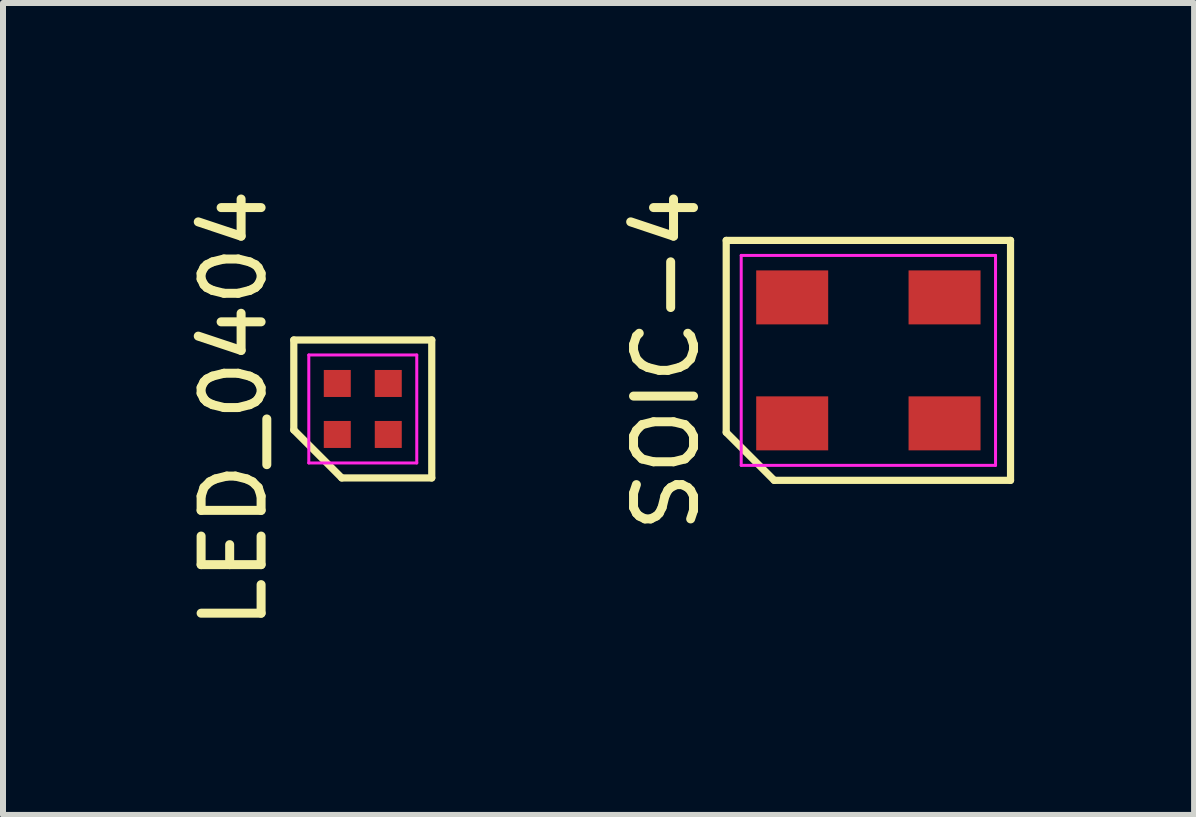
<source format=kicad_pcb>
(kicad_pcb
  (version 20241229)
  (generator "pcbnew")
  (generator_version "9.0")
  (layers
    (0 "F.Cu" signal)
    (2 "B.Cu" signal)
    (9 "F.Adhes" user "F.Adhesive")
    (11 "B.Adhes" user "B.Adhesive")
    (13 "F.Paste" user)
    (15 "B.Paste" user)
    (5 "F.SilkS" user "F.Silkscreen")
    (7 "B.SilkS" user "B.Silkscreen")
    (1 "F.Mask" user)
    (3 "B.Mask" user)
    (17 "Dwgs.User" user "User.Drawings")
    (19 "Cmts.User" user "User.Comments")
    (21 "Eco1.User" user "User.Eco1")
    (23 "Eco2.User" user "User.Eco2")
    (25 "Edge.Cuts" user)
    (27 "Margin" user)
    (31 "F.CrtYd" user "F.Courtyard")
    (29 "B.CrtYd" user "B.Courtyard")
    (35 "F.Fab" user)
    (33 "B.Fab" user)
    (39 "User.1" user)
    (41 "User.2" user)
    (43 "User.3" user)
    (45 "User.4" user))
  (footprint "SOIC-4"
    (layer "F.Cu")
    (at 11.427 2.958)
    (property "Reference" "SOIC-4" (at -3.37 0 90) (layer "F.SilkS") (effects (font (size 1 1) (thickness 0.15))))
    (attr smd)
    (fp_line (start -2.37 -2) (end 2.37 -2) (stroke (width 0.12) (type solid)) (layer "F.SilkS"))
    (fp_line (start -2.37 1.2) (end -2.37 -2) (stroke (width 0.12) (type solid)) (layer "F.SilkS"))
    (fp_line (start -1.57 2) (end -2.37 1.2) (stroke (width 0.12) (type solid)) (layer "F.SilkS"))
    (fp_line (start 2.37 -2) (end 2.37 2) (stroke (width 0.12) (type solid)) (layer "F.SilkS"))
    (fp_line (start 2.37 2) (end -1.57 2) (stroke (width 0.12) (type solid)) (layer "F.SilkS"))
    (fp_line (start -2.12 -1.75) (end 2.12 -1.75) (stroke (width 0.05) (type solid)) (layer "F.CrtYd"))
    (fp_line (start -2.12 1.75) (end -2.12 -1.75) (stroke (width 0.05) (type solid)) (layer "F.CrtYd"))
    (fp_line (start 2.12 -1.75) (end 2.12 1.75) (stroke (width 0.05) (type solid)) (layer "F.CrtYd"))
    (fp_line (start 2.12 1.75) (end -2.12 1.75) (stroke (width 0.05) (type solid)) (layer "F.CrtYd"))
    (pad "1" smd rect (at -1.27 1.05) (size 1.2 0.9) (layers "F.Cu" "F.Mask" "F.Paste"))
    (pad "2" smd rect (at 1.27 1.05) (size 1.2 0.9) (layers "F.Cu" "F.Mask" "F.Paste"))
    (pad "3" smd rect (at 1.27 -1.05) (size 1.2 0.9) (layers "F.Cu" "F.Mask" "F.Paste"))
    (pad "4" smd rect (at -1.27 -1.05) (size 1.2 0.9) (layers "F.Cu" "F.Mask" "F.Paste")))
  (footprint "LED_0404"
    (layer "F.Cu")
    (at 2.998 3.768)
    (property "Reference" "LED_0404" (at -2.15 0 90) (layer "F.SilkS") (effects (font (size 1 1) (thickness 0.15))))
    (attr smd)
    (fp_line (start -1.15 -1.15) (end 1.15 -1.15) (stroke (width 0.12) (type solid)) (layer "F.SilkS"))
    (fp_line (start -1.15 0.35) (end -1.15 -1.15) (stroke (width 0.12) (type solid)) (layer "F.SilkS"))
    (fp_line (start -0.35 1.15) (end -1.15 0.35) (stroke (width 0.12) (type solid)) (layer "F.SilkS"))
    (fp_line (start 1.15 -1.15) (end 1.15 1.15) (stroke (width 0.12) (type solid)) (layer "F.SilkS"))
    (fp_line (start 1.15 1.15) (end -0.35 1.15) (stroke (width 0.12) (type solid)) (layer "F.SilkS"))
    (fp_line (start -0.9 -0.9) (end 0.9 -0.9) (stroke (width 0.05) (type solid)) (layer "F.CrtYd"))
    (fp_line (start -0.9 0.9) (end -0.9 -0.9) (stroke (width 0.05) (type solid)) (layer "F.CrtYd"))
    (fp_line (start 0.9 -0.9) (end 0.9 0.9) (stroke (width 0.05) (type solid)) (layer "F.CrtYd"))
    (fp_line (start 0.9 0.9) (end -0.9 0.9) (stroke (width 0.05) (type solid)) (layer "F.CrtYd"))
    (pad "1" smd rect (at -0.425 0.425) (size 0.45 0.45) (layers "F.Cu" "F.Mask" "F.Paste"))
    (pad "2" smd rect (at 0.425 0.425) (size 0.45 0.45) (layers "F.Cu" "F.Mask" "F.Paste"))
    (pad "3" smd rect (at 0.425 -0.425) (size 0.45 0.45) (layers "F.Cu" "F.Mask" "F.Paste"))
    (pad "4" smd rect (at -0.425 -0.425) (size 0.45 0.45) (layers "F.Cu" "F.Mask" "F.Paste")))
  (gr_rect
    (start -3 -3)
    (end 16.857 10.536)
    (stroke (width 0.1) (type default))
    (fill no)
    (layer "Edge.Cuts")))
</source>
